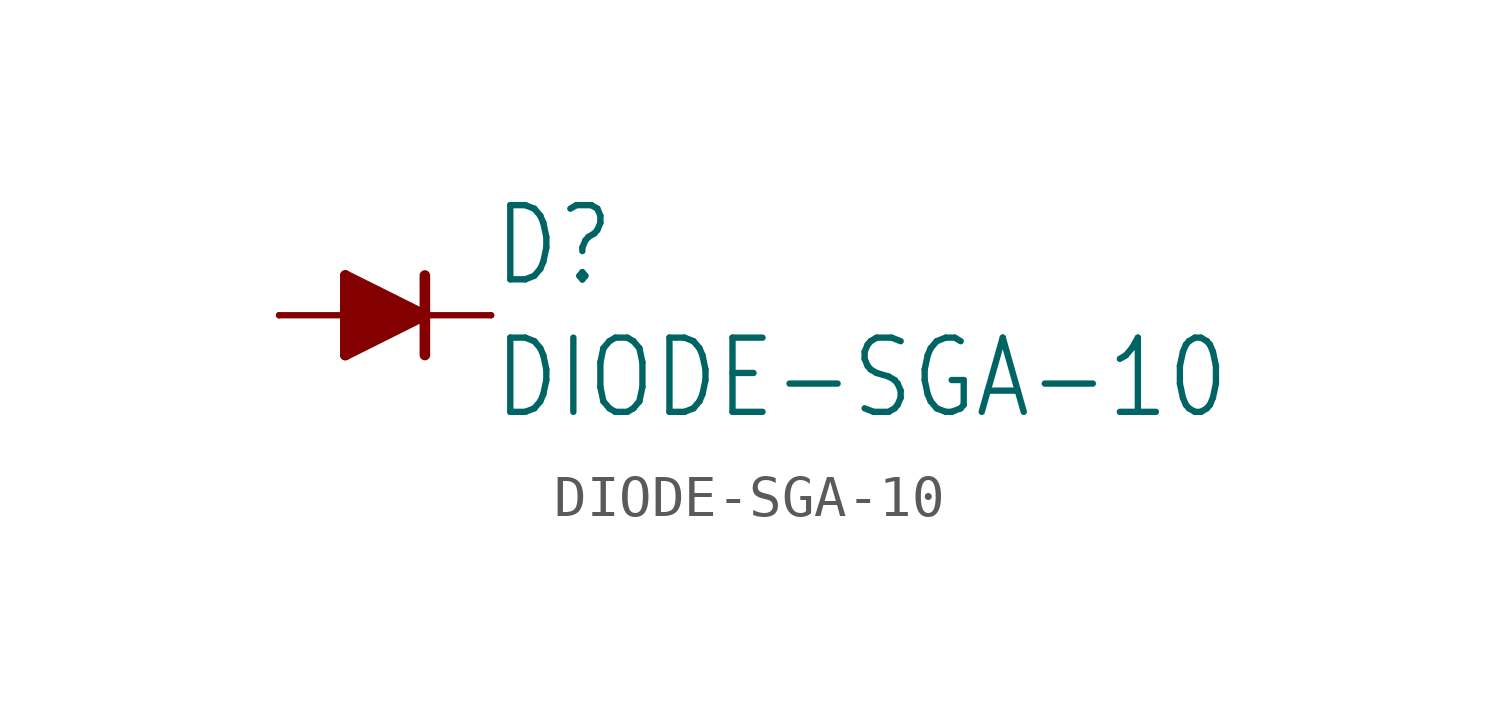
<source format=kicad_sym>
(kicad_symbol_lib
  (version 20211014)
  (generator kicad_symbol_editor)
  (symbol "DIODE-SGA-10"
    (property "Reference" "D"
      (at 2.54 0.635 0)
      (effects (font (size 1.778 1.511)) (justify left bottom)))
    (property "Value" "DIODE-SGA-10"
      (at 2.54 -2.54 0)
      (effects (font (size 1.778 1.511)) (justify left bottom)))
    (property "ki_locked" ""
      (at 0 0 0)
      (effects (font (size 1.27 1.27))))
    (symbol "DIODE-SGA-10_1_0"
      (polyline (pts (xy -0.953 -0.953) (xy 0.953 0)) (stroke (width 0.254) (type default) (color 0 0 0 0)) (fill (type none)))
      (polyline (pts (xy -0.953 0) (xy -2.54 0)) (stroke (width 0.152) (type default) (color 0 0 0 0)) (fill (type none)))
      (polyline (pts (xy -0.953 0) (xy -0.953 -0.953)) (stroke (width 0.254) (type default) (color 0 0 0 0)) (fill (type none)))
      (polyline (pts (xy -0.953 0.953) (xy -0.953 0)) (stroke (width 0.254) (type default) (color 0 0 0 0)) (fill (type none)))
      (polyline (pts (xy 0.953 0) (xy -0.953 0.953)) (stroke (width 0.254) (type default) (color 0 0 0 0)) (fill (type none)))
      (polyline (pts (xy 0.953 0) (xy 0.953 -0.953)) (stroke (width 0.254) (type default) (color 0 0 0 0)) (fill (type none)))
      (polyline (pts (xy 0.953 0) (xy 2.54 0)) (stroke (width 0.152) (type default) (color 0 0 0 0)) (fill (type none)))
      (polyline (pts (xy 0.953 0.953) (xy 0.953 0)) (stroke (width 0.254) (type default) (color 0 0 0 0)) (fill (type none)))
      (polyline (pts (xy -0.953 0.953) (xy 0.953 0) (xy -0.953 -0.953)) (stroke (width 0) (type default) (color 0 0 0 0)) (fill (type outline)))
      (pin passive line (at -2.54 0 0) (length 0) (name "A" (effects (font (size 0 0)))) (number "A" (effects (font (size 0 0)))))
      (pin passive line (at 2.54 0 180) (length 0) (name "C" (effects (font (size 0 0)))) (number "C" (effects (font (size 0 0))))))))
</source>
